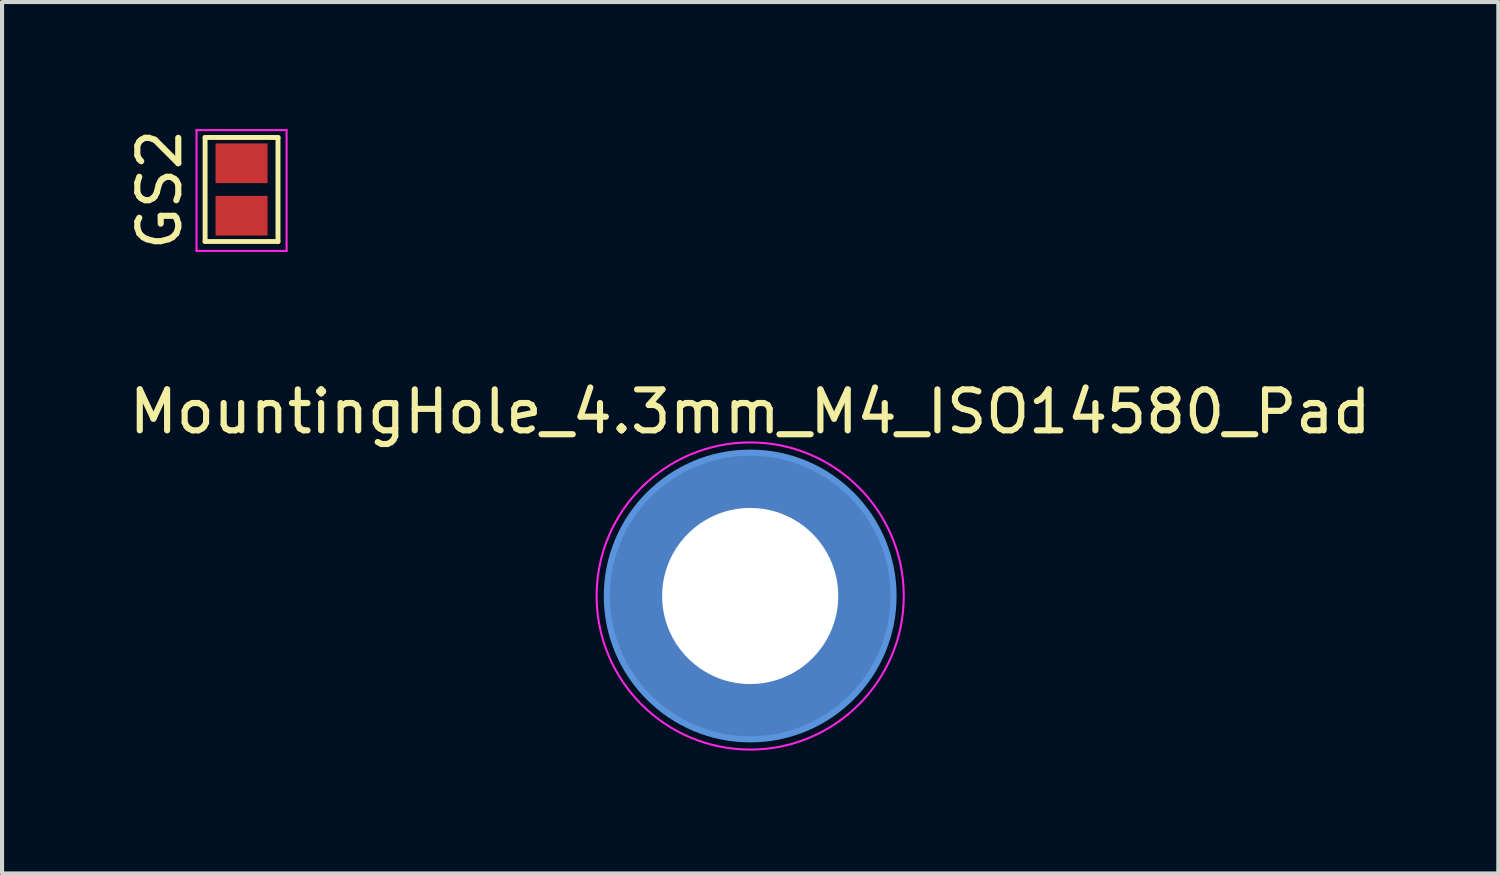
<source format=kicad_pcb>
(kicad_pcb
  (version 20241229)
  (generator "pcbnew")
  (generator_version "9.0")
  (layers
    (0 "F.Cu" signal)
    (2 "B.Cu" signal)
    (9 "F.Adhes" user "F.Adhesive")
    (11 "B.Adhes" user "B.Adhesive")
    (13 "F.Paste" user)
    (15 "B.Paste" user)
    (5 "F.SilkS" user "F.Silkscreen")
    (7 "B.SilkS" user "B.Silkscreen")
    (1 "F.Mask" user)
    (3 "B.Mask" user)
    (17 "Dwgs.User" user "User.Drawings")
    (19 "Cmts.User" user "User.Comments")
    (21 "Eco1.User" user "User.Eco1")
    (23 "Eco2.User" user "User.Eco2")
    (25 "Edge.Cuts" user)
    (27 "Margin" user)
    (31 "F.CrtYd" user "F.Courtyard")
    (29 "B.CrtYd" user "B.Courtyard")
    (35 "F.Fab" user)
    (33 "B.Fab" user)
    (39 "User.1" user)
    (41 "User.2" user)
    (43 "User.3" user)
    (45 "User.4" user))
  (footprint "MountingHole_4.3mm_M4_ISO14580_Pad"
    (layer "F.Cu")
    (at 15.268 11.503)
    (property "Reference" "MountingHole_4.3mm_M4_ISO14580_Pad" (at 0 -4.5 0) (layer "F.SilkS") (effects (font (size 1 1) (thickness 0.15))))
    (attr through_hole)
    (fp_circle (center 0 0) (end 3.5 0) (stroke (width 0.15) (type solid)) (fill no) (layer "Cmts.User"))
    (fp_circle (center 0 0) (end 3.75 0) (stroke (width 0.05) (type solid)) (fill no) (layer "F.CrtYd"))
    (pad "1" thru_hole circle (at 0 0) (size 7 7) (drill 4.3) (layers "*.Cu" "*.Mask")))
  (footprint "GS2"
    (layer "F.Cu")
    (at 2.848 1.577)
    (property "Reference" "GS2" (at -2 0 90) (layer "F.SilkS") (effects (font (size 1 1) (thickness 0.15))))
    (attr smd)
    (fp_line (start -0.89 -1.27) (end -0.89 1.27) (stroke (width 0.12) (type solid)) (layer "F.SilkS"))
    (fp_line (start -0.89 -1.27) (end 0.89 -1.27) (stroke (width 0.12) (type solid)) (layer "F.SilkS"))
    (fp_line (start 0.89 1.27) (end -0.89 1.27) (stroke (width 0.12) (type solid)) (layer "F.SilkS"))
    (fp_line (start 0.89 1.27) (end 0.89 -1.27) (stroke (width 0.12) (type solid)) (layer "F.SilkS"))
    (fp_line (start -1.1 -1.45) (end 1.1 -1.45) (stroke (width 0.05) (type solid)) (layer "F.CrtYd"))
    (fp_line (start -1.1 1.5) (end -1.1 -1.45) (stroke (width 0.05) (type solid)) (layer "F.CrtYd"))
    (fp_line (start 1.1 -1.45) (end 1.1 1.5) (stroke (width 0.05) (type solid)) (layer "F.CrtYd"))
    (fp_line (start 1.1 1.5) (end -1.1 1.5) (stroke (width 0.05) (type solid)) (layer "F.CrtYd"))
    (pad "1" smd rect (at 0 -0.64) (size 1.27 0.97) (layers "F.Cu" "F.Mask" "F.Paste"))
    (pad "2" smd rect (at 0 0.64) (size 1.27 0.97) (layers "F.Cu" "F.Mask" "F.Paste")))
  (gr_rect
    (start -3 -3)
    (end 33.536 18.278)
    (stroke (width 0.1) (type default))
    (fill no)
    (layer "Edge.Cuts")))
</source>
